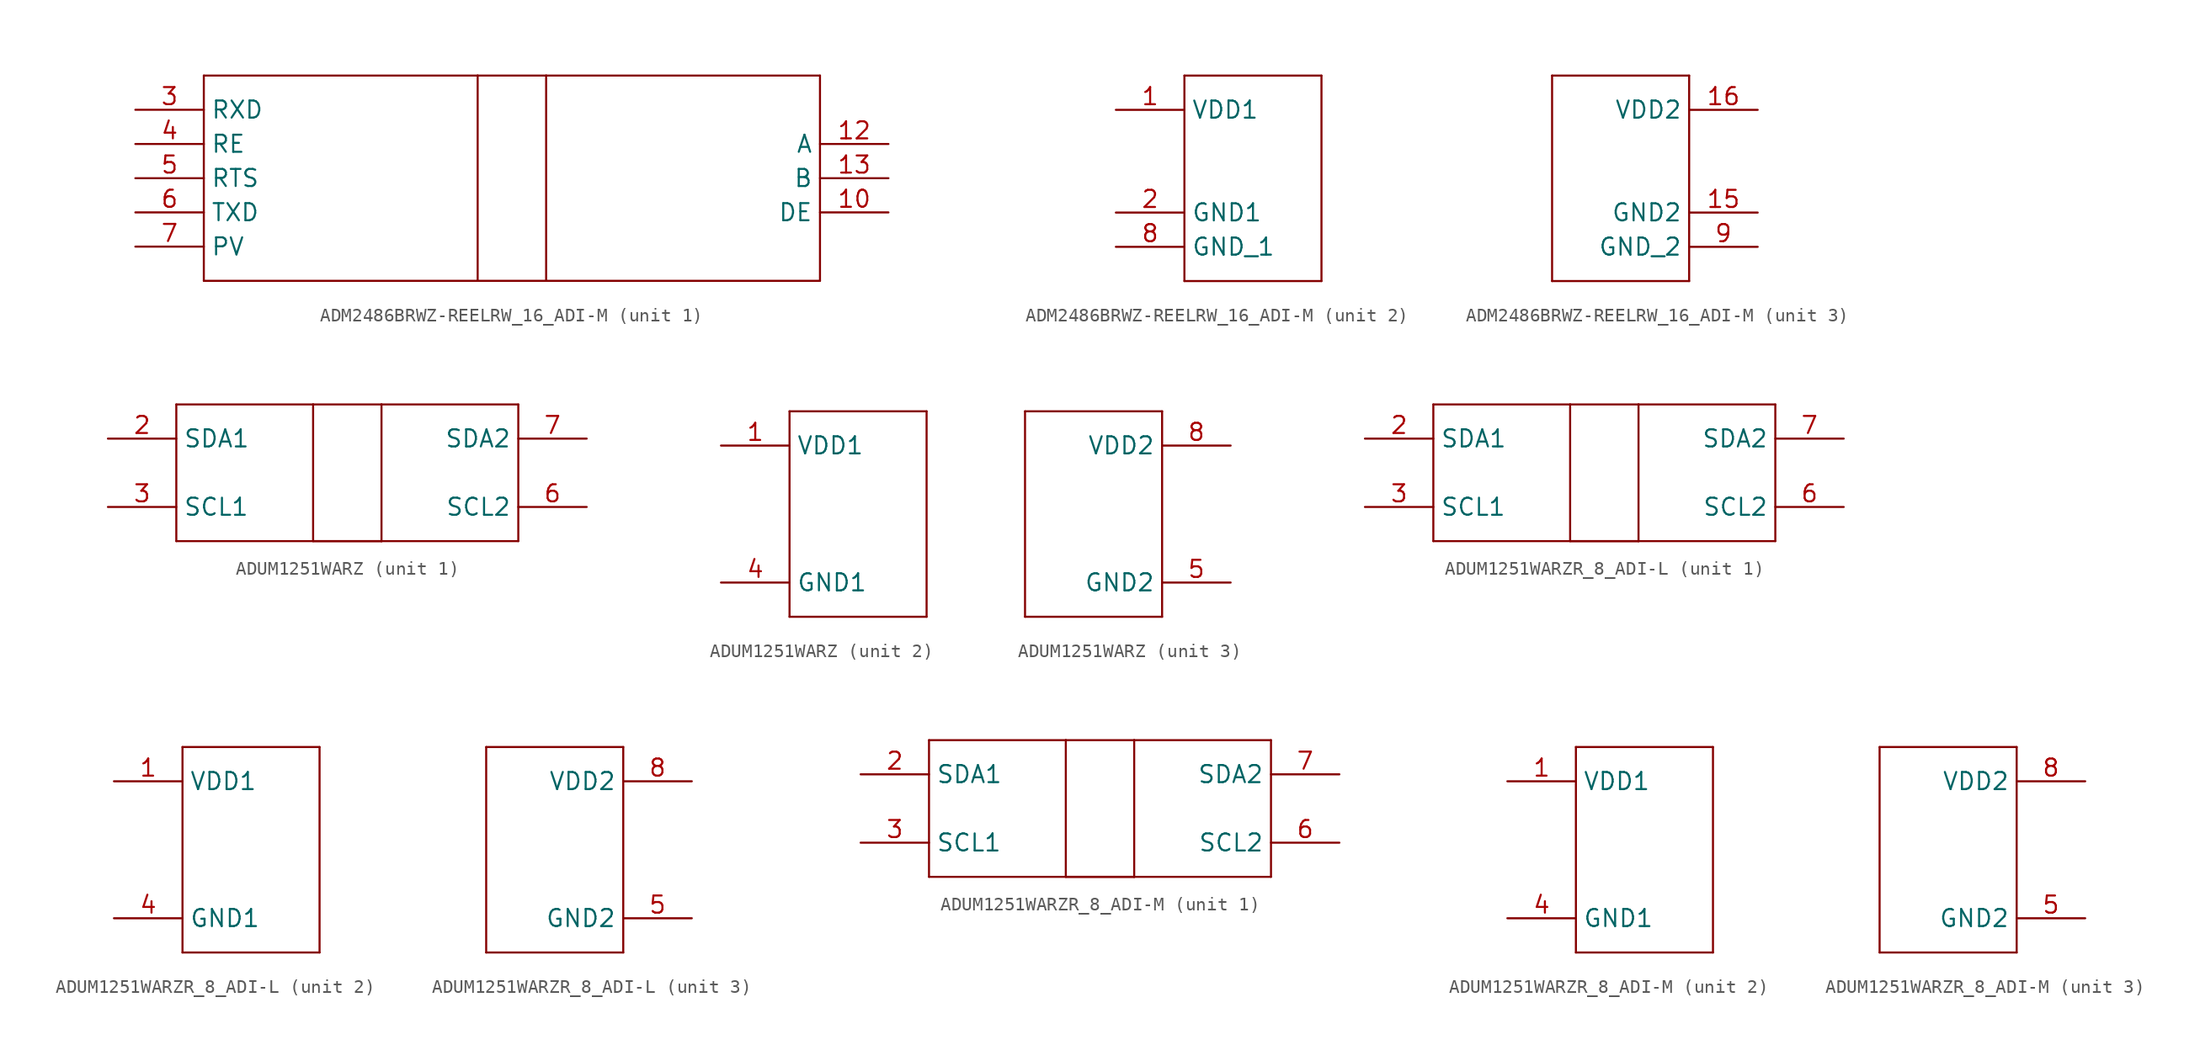
<source format=kicad_sym>
(kicad_symbol_lib
  (version 20220914)
  (generator kicad_symbol_editor)
  (symbol "ADM2486BRWZ-REELRW_16_ADI-M"
    (property "Reference" "U"
      (at -4.724 9.119 0)
      (effects (font (size 2.083 1.77)) (justify left bottom) hide))
    (property "ki_locked" ""
      (at 0 0 0)
      (effects (font (size 1.27 1.27))))
    (symbol "ADM2486BRWZ-REELRW_16_ADI-M_1_0"
      (polyline (pts (xy -22.86 -7.62) (xy -2.54 -7.62)) (stroke (width 0.152) (type solid)) (fill (type none)))
      (polyline (pts (xy -22.86 7.62) (xy -22.86 -7.62)) (stroke (width 0.152) (type solid)) (fill (type none)))
      (polyline (pts (xy -2.54 -7.62) (xy 2.54 -7.62)) (stroke (width 0.152) (type solid)) (fill (type none)))
      (polyline (pts (xy -2.54 7.62) (xy -22.86 7.62)) (stroke (width 0.152) (type solid)) (fill (type none)))
      (polyline (pts (xy -2.54 7.62) (xy -2.54 -7.62)) (stroke (width 0.152) (type solid)) (fill (type none)))
      (polyline (pts (xy 2.54 -7.62) (xy 22.86 -7.62)) (stroke (width 0.152) (type solid)) (fill (type none)))
      (polyline (pts (xy 2.54 7.62) (xy -2.54 7.62)) (stroke (width 0.152) (type solid)) (fill (type none)))
      (polyline (pts (xy 2.54 7.62) (xy 2.54 -7.62)) (stroke (width 0.152) (type solid)) (fill (type none)))
      (polyline (pts (xy 22.86 -7.62) (xy 22.86 7.62)) (stroke (width 0.152) (type solid)) (fill (type none)))
      (polyline (pts (xy 22.86 7.62) (xy 2.54 7.62)) (stroke (width 0.152) (type solid)) (fill (type none)))
      (pin passive line (at 27.94 -2.54 180) (length 5.08) (name "DE" (effects (font (size 1.27 1.27)))) (number "10" (effects (font (size 1.27 1.27)))))
      (pin passive line (at 27.94 2.54 180) (length 5.08) (name "A" (effects (font (size 1.27 1.27)))) (number "12" (effects (font (size 1.27 1.27)))))
      (pin passive line (at 27.94 0 180) (length 5.08) (name "B" (effects (font (size 1.27 1.27)))) (number "13" (effects (font (size 1.27 1.27)))))
      (pin passive line (at -27.94 5.08 0) (length 5.08) (name "RXD" (effects (font (size 1.27 1.27)))) (number "3" (effects (font (size 1.27 1.27)))))
      (pin passive line (at -27.94 2.54 0) (length 5.08) (name "RE" (effects (font (size 1.27 1.27)))) (number "4" (effects (font (size 1.27 1.27)))))
      (pin passive line (at -27.94 0 0) (length 5.08) (name "RTS" (effects (font (size 1.27 1.27)))) (number "5" (effects (font (size 1.27 1.27)))))
      (pin passive line (at -27.94 -2.54 0) (length 5.08) (name "TXD" (effects (font (size 1.27 1.27)))) (number "6" (effects (font (size 1.27 1.27)))))
      (pin passive line (at -27.94 -5.08 0) (length 5.08) (name "PV" (effects (font (size 1.27 1.27)))) (number "7" (effects (font (size 1.27 1.27))))))
    (symbol "ADM2486BRWZ-REELRW_16_ADI-M_2_0"
      (polyline (pts (xy -5.08 -7.62) (xy 5.08 -7.62)) (stroke (width 0.152) (type solid)) (fill (type none)))
      (polyline (pts (xy -5.08 7.62) (xy -5.08 -7.62)) (stroke (width 0.152) (type solid)) (fill (type none)))
      (polyline (pts (xy 5.08 -7.62) (xy 5.08 7.62)) (stroke (width 0.152) (type solid)) (fill (type none)))
      (polyline (pts (xy 5.08 7.62) (xy -5.08 7.62)) (stroke (width 0.152) (type solid)) (fill (type none)))
      (pin power_in line (at -10.16 5.08 0) (length 5.08) (name "VDD1" (effects (font (size 1.27 1.27)))) (number "1" (effects (font (size 1.27 1.27)))))
      (pin power_in line (at -10.16 -2.54 0) (length 5.08) (name "GND1" (effects (font (size 1.27 1.27)))) (number "2" (effects (font (size 1.27 1.27)))))
      (pin power_in line (at -10.16 -5.08 0) (length 5.08) (name "GND_1" (effects (font (size 1.27 1.27)))) (number "8" (effects (font (size 1.27 1.27))))))
    (symbol "ADM2486BRWZ-REELRW_16_ADI-M_3_0"
      (polyline (pts (xy -5.08 -7.62) (xy -5.08 7.62)) (stroke (width 0.152) (type solid)) (fill (type none)))
      (polyline (pts (xy -5.08 7.62) (xy 5.08 7.62)) (stroke (width 0.152) (type solid)) (fill (type none)))
      (polyline (pts (xy 5.08 -7.62) (xy -5.08 -7.62)) (stroke (width 0.152) (type solid)) (fill (type none)))
      (polyline (pts (xy 5.08 7.62) (xy 5.08 -7.62)) (stroke (width 0.152) (type solid)) (fill (type none)))
      (pin power_in line (at 10.16 -2.54 180) (length 5.08) (name "GND2" (effects (font (size 1.27 1.27)))) (number "15" (effects (font (size 1.27 1.27)))))
      (pin power_in line (at 10.16 5.08 180) (length 5.08) (name "VDD2" (effects (font (size 1.27 1.27)))) (number "16" (effects (font (size 1.27 1.27)))))
      (pin power_in line (at 10.16 -5.08 180) (length 5.08) (name "GND_2" (effects (font (size 1.27 1.27)))) (number "9" (effects (font (size 1.27 1.27)))))))
  (symbol "ADUM1251WARZ"
    (property "Reference" "U"
      (at -4.724 9.119 0)
      (effects (font (size 2.083 1.77)) (justify left bottom) hide))
    (property "ki_locked" ""
      (at 0 0 0)
      (effects (font (size 1.27 1.27))))
    (symbol "ADUM1251WARZ_1_0"
      (polyline (pts (xy -12.7 -5.08) (xy 2.54 -5.08)) (stroke (width 0.152) (type solid)) (fill (type none)))
      (polyline (pts (xy -12.7 5.08) (xy -12.7 -5.08)) (stroke (width 0.152) (type solid)) (fill (type none)))
      (polyline (pts (xy -2.54 -5.08) (xy -2.54 5.08)) (stroke (width 0.152) (type solid)) (fill (type none)))
      (polyline (pts (xy -2.54 5.08) (xy -12.7 5.08)) (stroke (width 0.152) (type solid)) (fill (type none)))
      (polyline (pts (xy 2.54 -5.08) (xy -2.54 -5.08)) (stroke (width 0.152) (type solid)) (fill (type none)))
      (polyline (pts (xy 2.54 -5.08) (xy 12.7 -5.08)) (stroke (width 0.152) (type solid)) (fill (type none)))
      (polyline (pts (xy 2.54 5.08) (xy -2.54 5.08)) (stroke (width 0.152) (type solid)) (fill (type none)))
      (polyline (pts (xy 2.54 5.08) (xy 2.54 -5.08)) (stroke (width 0.152) (type solid)) (fill (type none)))
      (polyline (pts (xy 12.7 -5.08) (xy 12.7 5.08)) (stroke (width 0.152) (type solid)) (fill (type none)))
      (polyline (pts (xy 12.7 5.08) (xy 2.54 5.08)) (stroke (width 0.152) (type solid)) (fill (type none)))
      (pin bidirectional line (at -17.78 2.54 0) (length 5.08) (name "SDA1" (effects (font (size 1.27 1.27)))) (number "2" (effects (font (size 1.27 1.27)))))
      (pin bidirectional line (at -17.78 -2.54 0) (length 5.08) (name "SCL1" (effects (font (size 1.27 1.27)))) (number "3" (effects (font (size 1.27 1.27)))))
      (pin bidirectional line (at 17.78 -2.54 180) (length 5.08) (name "SCL2" (effects (font (size 1.27 1.27)))) (number "6" (effects (font (size 1.27 1.27)))))
      (pin bidirectional line (at 17.78 2.54 180) (length 5.08) (name "SDA2" (effects (font (size 1.27 1.27)))) (number "7" (effects (font (size 1.27 1.27))))))
    (symbol "ADUM1251WARZ_2_0"
      (polyline (pts (xy -5.08 -7.62) (xy 5.08 -7.62)) (stroke (width 0.152) (type solid)) (fill (type none)))
      (polyline (pts (xy -5.08 7.62) (xy -5.08 -7.62)) (stroke (width 0.152) (type solid)) (fill (type none)))
      (polyline (pts (xy 5.08 -7.62) (xy 5.08 7.62)) (stroke (width 0.152) (type solid)) (fill (type none)))
      (polyline (pts (xy 5.08 7.62) (xy -5.08 7.62)) (stroke (width 0.152) (type solid)) (fill (type none)))
      (pin power_in line (at -10.16 5.08 0) (length 5.08) (name "VDD1" (effects (font (size 1.27 1.27)))) (number "1" (effects (font (size 1.27 1.27)))))
      (pin power_in line (at -10.16 -5.08 0) (length 5.08) (name "GND1" (effects (font (size 1.27 1.27)))) (number "4" (effects (font (size 1.27 1.27))))))
    (symbol "ADUM1251WARZ_3_0"
      (polyline (pts (xy -5.08 -7.62) (xy -5.08 7.62)) (stroke (width 0.152) (type solid)) (fill (type none)))
      (polyline (pts (xy -5.08 7.62) (xy 5.08 7.62)) (stroke (width 0.152) (type solid)) (fill (type none)))
      (polyline (pts (xy 5.08 -7.62) (xy -5.08 -7.62)) (stroke (width 0.152) (type solid)) (fill (type none)))
      (polyline (pts (xy 5.08 7.62) (xy 5.08 -7.62)) (stroke (width 0.152) (type solid)) (fill (type none)))
      (pin passive line (at 10.16 -5.08 180) (length 5.08) (name "GND2" (effects (font (size 1.27 1.27)))) (number "5" (effects (font (size 1.27 1.27)))))
      (pin passive line (at 10.16 5.08 180) (length 5.08) (name "VDD2" (effects (font (size 1.27 1.27)))) (number "8" (effects (font (size 1.27 1.27)))))))
  (symbol "ADUM1251WARZR_8_ADI-L"
    (property "Reference" "U"
      (at -4.724 9.119 0)
      (effects (font (size 2.083 1.77)) (justify left bottom) hide))
    (property "ki_locked" ""
      (at 0 0 0)
      (effects (font (size 1.27 1.27))))
    (symbol "ADUM1251WARZR_8_ADI-L_1_0"
      (polyline (pts (xy -12.7 -5.08) (xy 2.54 -5.08)) (stroke (width 0.152) (type solid)) (fill (type none)))
      (polyline (pts (xy -12.7 5.08) (xy -12.7 -5.08)) (stroke (width 0.152) (type solid)) (fill (type none)))
      (polyline (pts (xy -2.54 -5.08) (xy -2.54 5.08)) (stroke (width 0.152) (type solid)) (fill (type none)))
      (polyline (pts (xy -2.54 5.08) (xy -12.7 5.08)) (stroke (width 0.152) (type solid)) (fill (type none)))
      (polyline (pts (xy 2.54 -5.08) (xy -2.54 -5.08)) (stroke (width 0.152) (type solid)) (fill (type none)))
      (polyline (pts (xy 2.54 -5.08) (xy 12.7 -5.08)) (stroke (width 0.152) (type solid)) (fill (type none)))
      (polyline (pts (xy 2.54 5.08) (xy -2.54 5.08)) (stroke (width 0.152) (type solid)) (fill (type none)))
      (polyline (pts (xy 2.54 5.08) (xy 2.54 -5.08)) (stroke (width 0.152) (type solid)) (fill (type none)))
      (polyline (pts (xy 12.7 -5.08) (xy 12.7 5.08)) (stroke (width 0.152) (type solid)) (fill (type none)))
      (polyline (pts (xy 12.7 5.08) (xy 2.54 5.08)) (stroke (width 0.152) (type solid)) (fill (type none)))
      (pin bidirectional line (at -17.78 2.54 0) (length 5.08) (name "SDA1" (effects (font (size 1.27 1.27)))) (number "2" (effects (font (size 1.27 1.27)))))
      (pin bidirectional line (at -17.78 -2.54 0) (length 5.08) (name "SCL1" (effects (font (size 1.27 1.27)))) (number "3" (effects (font (size 1.27 1.27)))))
      (pin bidirectional line (at 17.78 -2.54 180) (length 5.08) (name "SCL2" (effects (font (size 1.27 1.27)))) (number "6" (effects (font (size 1.27 1.27)))))
      (pin bidirectional line (at 17.78 2.54 180) (length 5.08) (name "SDA2" (effects (font (size 1.27 1.27)))) (number "7" (effects (font (size 1.27 1.27))))))
    (symbol "ADUM1251WARZR_8_ADI-L_2_0"
      (polyline (pts (xy -5.08 -7.62) (xy 5.08 -7.62)) (stroke (width 0.152) (type solid)) (fill (type none)))
      (polyline (pts (xy -5.08 7.62) (xy -5.08 -7.62)) (stroke (width 0.152) (type solid)) (fill (type none)))
      (polyline (pts (xy 5.08 -7.62) (xy 5.08 7.62)) (stroke (width 0.152) (type solid)) (fill (type none)))
      (polyline (pts (xy 5.08 7.62) (xy -5.08 7.62)) (stroke (width 0.152) (type solid)) (fill (type none)))
      (pin power_in line (at -10.16 5.08 0) (length 5.08) (name "VDD1" (effects (font (size 1.27 1.27)))) (number "1" (effects (font (size 1.27 1.27)))))
      (pin power_in line (at -10.16 -5.08 0) (length 5.08) (name "GND1" (effects (font (size 1.27 1.27)))) (number "4" (effects (font (size 1.27 1.27))))))
    (symbol "ADUM1251WARZR_8_ADI-L_3_0"
      (polyline (pts (xy -5.08 -7.62) (xy -5.08 7.62)) (stroke (width 0.152) (type solid)) (fill (type none)))
      (polyline (pts (xy -5.08 7.62) (xy 5.08 7.62)) (stroke (width 0.152) (type solid)) (fill (type none)))
      (polyline (pts (xy 5.08 -7.62) (xy -5.08 -7.62)) (stroke (width 0.152) (type solid)) (fill (type none)))
      (polyline (pts (xy 5.08 7.62) (xy 5.08 -7.62)) (stroke (width 0.152) (type solid)) (fill (type none)))
      (pin passive line (at 10.16 -5.08 180) (length 5.08) (name "GND2" (effects (font (size 1.27 1.27)))) (number "5" (effects (font (size 1.27 1.27)))))
      (pin passive line (at 10.16 5.08 180) (length 5.08) (name "VDD2" (effects (font (size 1.27 1.27)))) (number "8" (effects (font (size 1.27 1.27)))))))
  (symbol "ADUM1251WARZR_8_ADI-M"
    (property "Reference" "U"
      (at -4.724 9.119 0)
      (effects (font (size 2.083 1.77)) (justify left bottom) hide))
    (property "ki_locked" ""
      (at 0 0 0)
      (effects (font (size 1.27 1.27))))
    (symbol "ADUM1251WARZR_8_ADI-M_1_0"
      (polyline (pts (xy -12.7 -5.08) (xy 2.54 -5.08)) (stroke (width 0.152) (type solid)) (fill (type none)))
      (polyline (pts (xy -12.7 5.08) (xy -12.7 -5.08)) (stroke (width 0.152) (type solid)) (fill (type none)))
      (polyline (pts (xy -2.54 -5.08) (xy -2.54 5.08)) (stroke (width 0.152) (type solid)) (fill (type none)))
      (polyline (pts (xy -2.54 5.08) (xy -12.7 5.08)) (stroke (width 0.152) (type solid)) (fill (type none)))
      (polyline (pts (xy 2.54 -5.08) (xy -2.54 -5.08)) (stroke (width 0.152) (type solid)) (fill (type none)))
      (polyline (pts (xy 2.54 -5.08) (xy 12.7 -5.08)) (stroke (width 0.152) (type solid)) (fill (type none)))
      (polyline (pts (xy 2.54 5.08) (xy -2.54 5.08)) (stroke (width 0.152) (type solid)) (fill (type none)))
      (polyline (pts (xy 2.54 5.08) (xy 2.54 -5.08)) (stroke (width 0.152) (type solid)) (fill (type none)))
      (polyline (pts (xy 12.7 -5.08) (xy 12.7 5.08)) (stroke (width 0.152) (type solid)) (fill (type none)))
      (polyline (pts (xy 12.7 5.08) (xy 2.54 5.08)) (stroke (width 0.152) (type solid)) (fill (type none)))
      (pin bidirectional line (at -17.78 2.54 0) (length 5.08) (name "SDA1" (effects (font (size 1.27 1.27)))) (number "2" (effects (font (size 1.27 1.27)))))
      (pin bidirectional line (at -17.78 -2.54 0) (length 5.08) (name "SCL1" (effects (font (size 1.27 1.27)))) (number "3" (effects (font (size 1.27 1.27)))))
      (pin bidirectional line (at 17.78 -2.54 180) (length 5.08) (name "SCL2" (effects (font (size 1.27 1.27)))) (number "6" (effects (font (size 1.27 1.27)))))
      (pin bidirectional line (at 17.78 2.54 180) (length 5.08) (name "SDA2" (effects (font (size 1.27 1.27)))) (number "7" (effects (font (size 1.27 1.27))))))
    (symbol "ADUM1251WARZR_8_ADI-M_2_0"
      (polyline (pts (xy -5.08 -7.62) (xy 5.08 -7.62)) (stroke (width 0.152) (type solid)) (fill (type none)))
      (polyline (pts (xy -5.08 7.62) (xy -5.08 -7.62)) (stroke (width 0.152) (type solid)) (fill (type none)))
      (polyline (pts (xy 5.08 -7.62) (xy 5.08 7.62)) (stroke (width 0.152) (type solid)) (fill (type none)))
      (polyline (pts (xy 5.08 7.62) (xy -5.08 7.62)) (stroke (width 0.152) (type solid)) (fill (type none)))
      (pin power_in line (at -10.16 5.08 0) (length 5.08) (name "VDD1" (effects (font (size 1.27 1.27)))) (number "1" (effects (font (size 1.27 1.27)))))
      (pin power_in line (at -10.16 -5.08 0) (length 5.08) (name "GND1" (effects (font (size 1.27 1.27)))) (number "4" (effects (font (size 1.27 1.27))))))
    (symbol "ADUM1251WARZR_8_ADI-M_3_0"
      (polyline (pts (xy -5.08 -7.62) (xy -5.08 7.62)) (stroke (width 0.152) (type solid)) (fill (type none)))
      (polyline (pts (xy -5.08 7.62) (xy 5.08 7.62)) (stroke (width 0.152) (type solid)) (fill (type none)))
      (polyline (pts (xy 5.08 -7.62) (xy -5.08 -7.62)) (stroke (width 0.152) (type solid)) (fill (type none)))
      (polyline (pts (xy 5.08 7.62) (xy 5.08 -7.62)) (stroke (width 0.152) (type solid)) (fill (type none)))
      (pin passive line (at 10.16 -5.08 180) (length 5.08) (name "GND2" (effects (font (size 1.27 1.27)))) (number "5" (effects (font (size 1.27 1.27)))))
      (pin passive line (at 10.16 5.08 180) (length 5.08) (name "VDD2" (effects (font (size 1.27 1.27)))) (number "8" (effects (font (size 1.27 1.27))))))))
</source>
